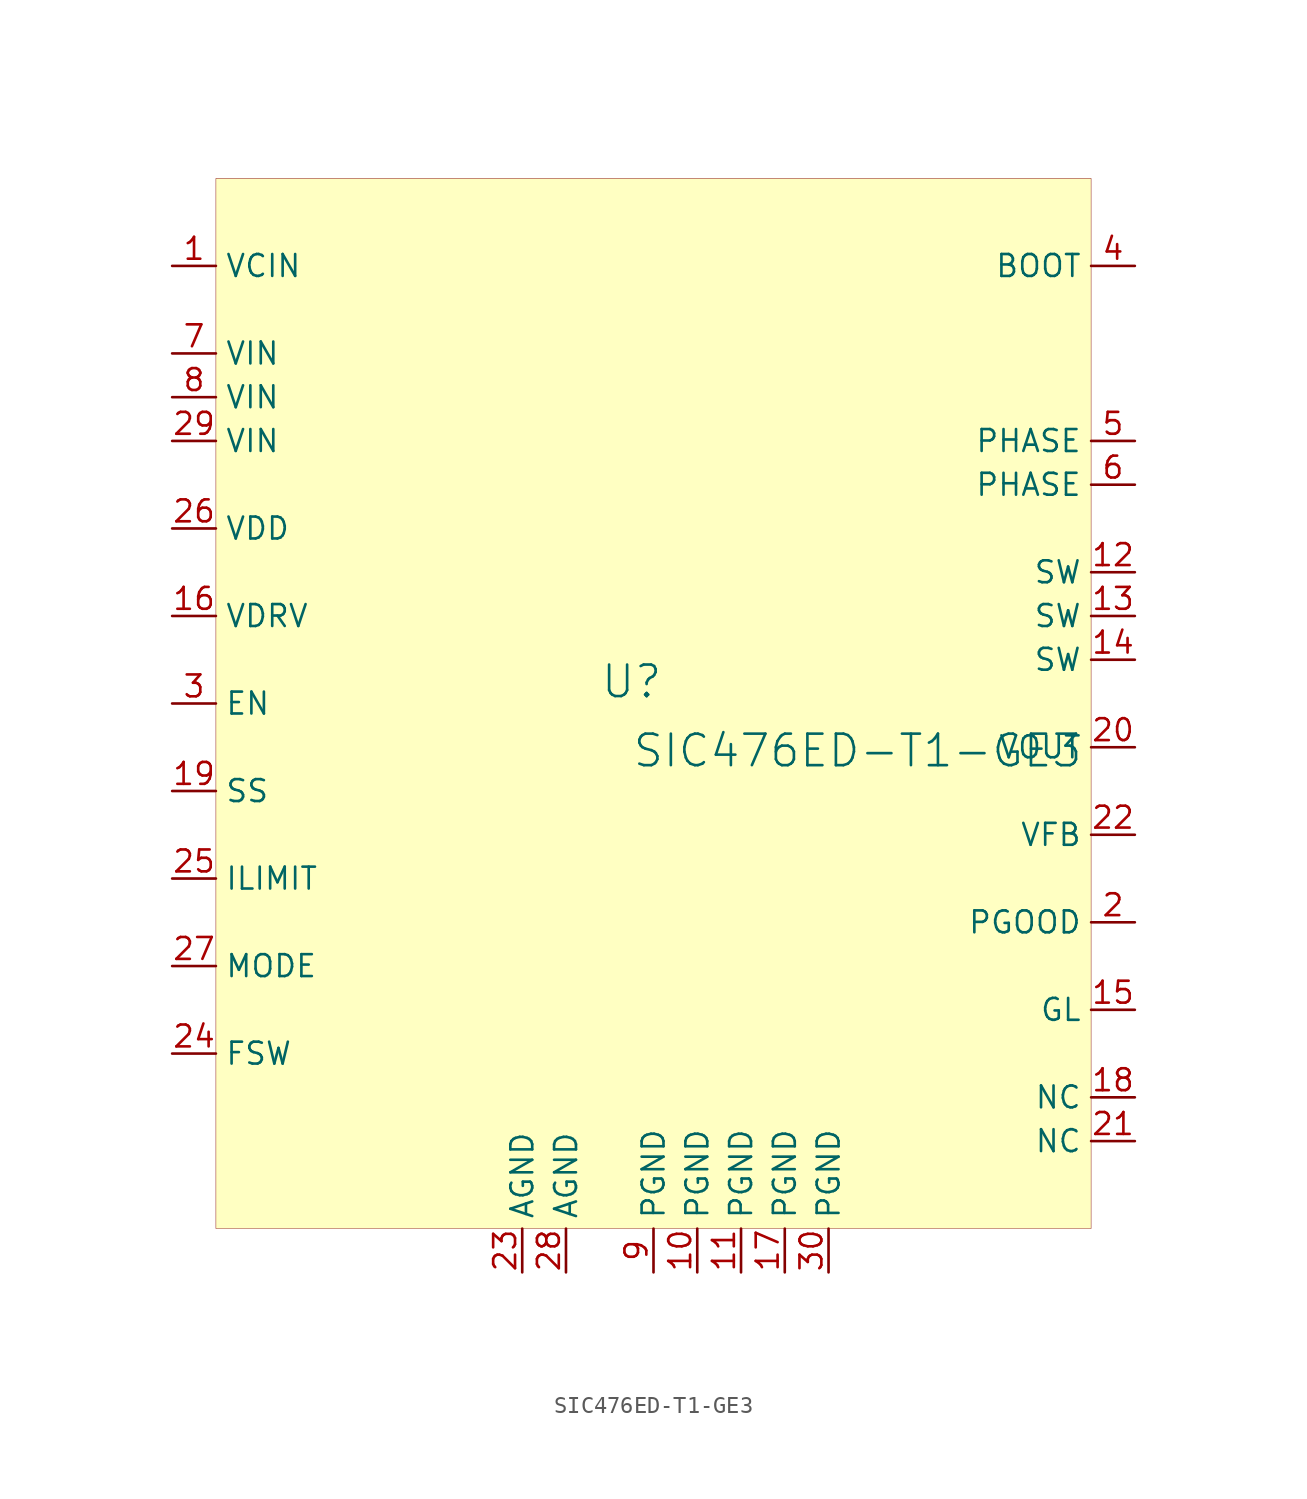
<source format=kicad_sym>
(kicad_symbol_lib
  (version 20231120)
  (generator "kicad_symbol_editor")
  (generator_version "8.0")
  (symbol "SIC476ED-T1-GE3"
    (property "Reference" "U"
      (at -1.27 1.27 0)
      (effects (font (size 1.829 1.829))))
    (property "Value" "SIC476ED-T1-GE3"
      (at -1.27 -3.81 0)
      (effects (font (size 1.829 1.829)) (justify left bottom)))
    (symbol "SIC476ED-T1-GE3_1_0"
      (rectangle (start 25.4 30.48) (end -25.4 -30.48) (stroke (width 0.025) (type solid) (color 128 0 0 1)) (fill (type background)))
      (pin power_in line (at -27.94 25.4 0) (length 2.54) (name "VCIN" (effects (font (size 1.27 1.27)))) (number "1" (effects (font (size 1.27 1.27)))))
      (pin power_in line (at 2.54 -33.02 90) (length 2.54) (name "PGND" (effects (font (size 1.27 1.27)))) (number "10" (effects (font (size 1.27 1.27)))))
      (pin power_in line (at 5.08 -33.02 90) (length 2.54) (name "PGND" (effects (font (size 1.27 1.27)))) (number "11" (effects (font (size 1.27 1.27)))))
      (pin power_in line (at 27.94 7.62 180) (length 2.54) (name "SW" (effects (font (size 1.27 1.27)))) (number "12" (effects (font (size 1.27 1.27)))))
      (pin power_in line (at 27.94 5.08 180) (length 2.54) (name "SW" (effects (font (size 1.27 1.27)))) (number "13" (effects (font (size 1.27 1.27)))))
      (pin power_in line (at 27.94 2.54 180) (length 2.54) (name "SW" (effects (font (size 1.27 1.27)))) (number "14" (effects (font (size 1.27 1.27)))))
      (pin output line (at 27.94 -17.78 180) (length 2.54) (name "GL" (effects (font (size 1.27 1.27)))) (number "15" (effects (font (size 1.27 1.27)))))
      (pin power_in line (at -27.94 5.08 0) (length 2.54) (name "VDRV" (effects (font (size 1.27 1.27)))) (number "16" (effects (font (size 1.27 1.27)))))
      (pin power_in line (at 7.62 -33.02 90) (length 2.54) (name "PGND" (effects (font (size 1.27 1.27)))) (number "17" (effects (font (size 1.27 1.27)))))
      (pin passive line (at 27.94 -22.86 180) (length 2.54) (name "NC" (effects (font (size 1.27 1.27)))) (number "18" (effects (font (size 1.27 1.27)))))
      (pin passive line (at -27.94 -5.08 0) (length 2.54) (name "SS" (effects (font (size 1.27 1.27)))) (number "19" (effects (font (size 1.27 1.27)))))
      (pin open_collector line (at 27.94 -12.7 180) (length 2.54) (name "PGOOD" (effects (font (size 1.27 1.27)))) (number "2" (effects (font (size 1.27 1.27)))))
      (pin power_in line (at 27.94 -2.54 180) (length 2.54) (name "VOUT" (effects (font (size 1.27 1.27)))) (number "20" (effects (font (size 1.27 1.27)))))
      (pin passive line (at 27.94 -25.4 180) (length 2.54) (name "NC" (effects (font (size 1.27 1.27)))) (number "21" (effects (font (size 1.27 1.27)))))
      (pin input line (at 27.94 -7.62 180) (length 2.54) (name "VFB" (effects (font (size 1.27 1.27)))) (number "22" (effects (font (size 1.27 1.27)))))
      (pin power_in line (at -7.62 -33.02 90) (length 2.54) (name "AGND" (effects (font (size 1.27 1.27)))) (number "23" (effects (font (size 1.27 1.27)))))
      (pin passive line (at -27.94 -20.32 0) (length 2.54) (name "FSW" (effects (font (size 1.27 1.27)))) (number "24" (effects (font (size 1.27 1.27)))))
      (pin passive line (at -27.94 -10.16 0) (length 2.54) (name "ILIMIT" (effects (font (size 1.27 1.27)))) (number "25" (effects (font (size 1.27 1.27)))))
      (pin power_in line (at -27.94 10.16 0) (length 2.54) (name "VDD" (effects (font (size 1.27 1.27)))) (number "26" (effects (font (size 1.27 1.27)))))
      (pin passive line (at -27.94 -15.24 0) (length 2.54) (name "MODE" (effects (font (size 1.27 1.27)))) (number "27" (effects (font (size 1.27 1.27)))))
      (pin power_in line (at -5.08 -33.02 90) (length 2.54) (name "AGND" (effects (font (size 1.27 1.27)))) (number "28" (effects (font (size 1.27 1.27)))))
      (pin power_in line (at -27.94 15.24 0) (length 2.54) (name "VIN" (effects (font (size 1.27 1.27)))) (number "29" (effects (font (size 1.27 1.27)))))
      (pin input line (at -27.94 0 0) (length 2.54) (name "EN" (effects (font (size 1.27 1.27)))) (number "3" (effects (font (size 1.27 1.27)))))
      (pin power_in line (at 10.16 -33.02 90) (length 2.54) (name "PGND" (effects (font (size 1.27 1.27)))) (number "30" (effects (font (size 1.27 1.27)))))
      (pin power_in line (at 27.94 25.4 180) (length 2.54) (name "BOOT" (effects (font (size 1.27 1.27)))) (number "4" (effects (font (size 1.27 1.27)))))
      (pin power_in line (at 27.94 15.24 180) (length 2.54) (name "PHASE" (effects (font (size 1.27 1.27)))) (number "5" (effects (font (size 1.27 1.27)))))
      (pin power_in line (at 27.94 12.7 180) (length 2.54) (name "PHASE" (effects (font (size 1.27 1.27)))) (number "6" (effects (font (size 1.27 1.27)))))
      (pin power_in line (at -27.94 20.32 0) (length 2.54) (name "VIN" (effects (font (size 1.27 1.27)))) (number "7" (effects (font (size 1.27 1.27)))))
      (pin power_in line (at -27.94 17.78 0) (length 2.54) (name "VIN" (effects (font (size 1.27 1.27)))) (number "8" (effects (font (size 1.27 1.27)))))
      (pin power_in line (at 0 -33.02 90) (length 2.54) (name "PGND" (effects (font (size 1.27 1.27)))) (number "9" (effects (font (size 1.27 1.27))))))))
</source>
